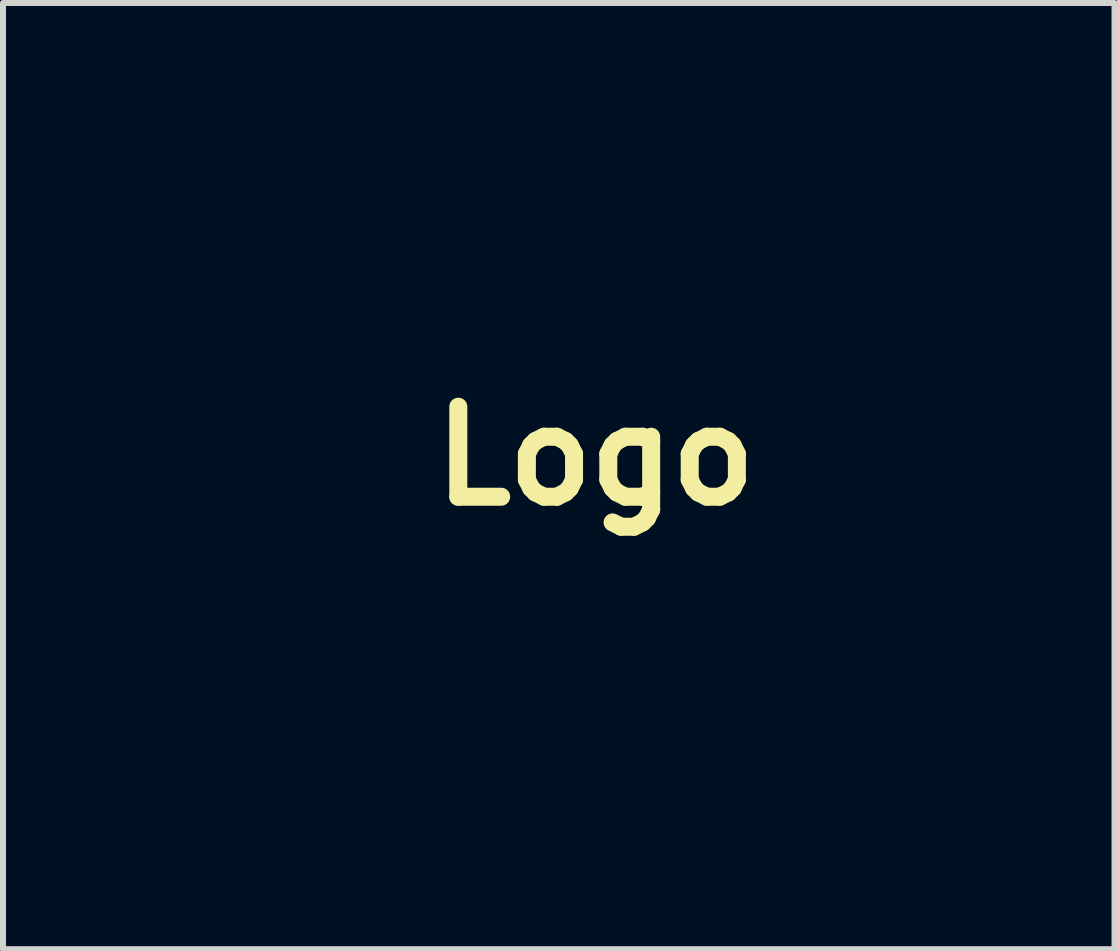
<source format=kicad_pcb>
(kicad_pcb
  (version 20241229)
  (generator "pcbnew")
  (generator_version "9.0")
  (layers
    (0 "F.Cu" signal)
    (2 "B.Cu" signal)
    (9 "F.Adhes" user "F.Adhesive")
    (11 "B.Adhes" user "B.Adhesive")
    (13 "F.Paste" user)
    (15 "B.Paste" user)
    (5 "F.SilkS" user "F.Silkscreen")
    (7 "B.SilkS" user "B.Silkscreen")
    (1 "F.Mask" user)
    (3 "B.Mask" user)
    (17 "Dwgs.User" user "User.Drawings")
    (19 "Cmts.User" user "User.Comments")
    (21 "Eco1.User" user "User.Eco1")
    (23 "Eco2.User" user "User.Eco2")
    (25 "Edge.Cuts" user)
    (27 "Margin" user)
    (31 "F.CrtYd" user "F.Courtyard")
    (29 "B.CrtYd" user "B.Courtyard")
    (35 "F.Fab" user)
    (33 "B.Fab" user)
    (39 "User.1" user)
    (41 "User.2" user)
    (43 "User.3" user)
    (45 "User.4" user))
  (footprint "Logo"
    (layer "F.Cu")
    (at 6.875 4.551)
    (property "Reference" "Logo" (at 0 0 0) (layer "F.SilkS") (effects (font (size 1.5 1.5) (thickness 0.3))))
    (attr board_only exclude_from_pos_files exclude_from_bom)
    (fp_poly (pts (xy -3.287 3.056) (xy -3.105 3.143) (xy -2.986 3.256) (xy -2.953 3.383) (xy -2.995 3.473) (xy -3.116 3.559) (xy -3.218 3.522) (xy -3.273 3.407) (xy -3.362 3.268) (xy -3.518 3.204) (xy -3.706 3.211) (xy -3.894 3.287) (xy -4.048 3.429) (xy -4.082 3.483) (xy -4.131 3.645) (xy -4.162 3.891) (xy -4.17 4.111) (xy -4.161 4.382) (xy -4.131 4.566) (xy -4.071 4.703) (xy -4.036 4.753) (xy -3.832 4.94) (xy -3.59 5.005) (xy -3.316 4.948) (xy -3.249 4.918) (xy -3.062 4.842) (xy -2.967 4.845) (xy -2.971 4.921) (xy -3.047 5.034) (xy -3.204 5.141) (xy -3.438 5.202) (xy -3.703 5.213) (xy -3.956 5.172) (xy -4.111 5.104) (xy -4.334 4.89) (xy -4.48 4.585) (xy -4.543 4.205) (xy -4.544 4.106) (xy -4.494 3.707) (xy -4.352 3.394) (xy -4.121 3.169) (xy -3.803 3.036) (xy -3.742 3.023) (xy -3.507 3.012)) (stroke (width 0) (type solid)) (fill yes) (layer "F.Mask"))
    (fp_poly (pts (xy -5.868 3.069) (xy -5.569 3.114) (xy -5.347 3.199) (xy -5.179 3.332) (xy -5.094 3.435) (xy -4.966 3.711) (xy -4.913 4.046) (xy -4.936 4.392) (xy -5.037 4.704) (xy -5.04 4.711) (xy -5.172 4.919) (xy -5.332 5.064) (xy -5.543 5.156) (xy -5.831 5.205) (xy -6.218 5.22) (xy -6.255 5.22) (xy -6.518 5.215) (xy -6.726 5.2) (xy -6.851 5.179) (xy -6.875 5.163) (xy -6.821 5.107) (xy -6.716 5.067) (xy -6.557 5.027) (xy -6.557 4.138) (xy -6.557 3.249) (xy -6.567 3.247) (xy -6.239 3.247) (xy -6.239 4.138) (xy -6.239 5.029) (xy -5.98 5.029) (xy -5.782 5.013) (xy -5.621 4.974) (xy -5.598 4.964) (xy -5.435 4.806) (xy -5.329 4.547) (xy -5.285 4.201) (xy -5.284 4.138) (xy -5.314 3.769) (xy -5.41 3.505) (xy -5.578 3.336) (xy -5.825 3.256) (xy -5.98 3.247) (xy -6.239 3.247) (xy -6.567 3.247) (xy -6.716 3.209) (xy -6.854 3.161) (xy -6.872 3.119) (xy -6.777 3.086) (xy -6.578 3.064) (xy -6.28 3.056) (xy -6.268 3.056)) (stroke (width 0) (type solid)) (fill yes) (layer "F.Mask"))
    (fp_poly (pts (xy -1.66 3.057) (xy -1.444 3.063) (xy -1.311 3.078) (xy -1.237 3.106) (xy -1.202 3.151) (xy -1.186 3.199) (xy -1.156 3.399) (xy -1.178 3.53) (xy -1.239 3.575) (xy -1.322 3.52) (xy -1.389 3.406) (xy -1.45 3.309) (xy -1.543 3.262) (xy -1.711 3.247) (xy -1.781 3.247) (xy -2.101 3.247) (xy -2.101 3.66) (xy -2.101 4.074) (xy -1.751 4.074) (xy -1.559 4.085) (xy -1.432 4.112) (xy -1.401 4.138) (xy -1.458 4.173) (xy -1.607 4.196) (xy -1.754 4.202) (xy -2.107 4.202) (xy -2.088 4.631) (xy -2.074 4.861) (xy -2.05 4.993) (xy -2.006 5.056) (xy -1.931 5.08) (xy -1.926 5.081) (xy -1.814 5.12) (xy -1.782 5.161) (xy -1.841 5.189) (xy -1.996 5.21) (xy -2.215 5.22) (xy -2.26 5.22) (xy -2.488 5.213) (xy -2.657 5.195) (xy -2.735 5.169) (xy -2.737 5.164) (xy -2.684 5.104) (xy -2.61 5.074) (xy -2.56 5.054) (xy -2.525 5.009) (xy -2.502 4.92) (xy -2.49 4.767) (xy -2.484 4.529) (xy -2.483 4.186) (xy -2.483 4.138) (xy -2.484 3.781) (xy -2.489 3.532) (xy -2.5 3.37) (xy -2.522 3.275) (xy -2.555 3.226) (xy -2.603 3.203) (xy -2.61 3.201) (xy -2.732 3.156) (xy -2.734 3.117) (xy -2.622 3.087) (xy -2.402 3.066) (xy -2.081 3.056) (xy -1.981 3.056)) (stroke (width 0) (type solid)) (fill yes) (layer "F.Mask"))
    (fp_poly (pts (xy 5.475 -4.484) (xy 5.493 -4.313) (xy 5.516 -4.063) (xy 5.541 -3.756) (xy 5.567 -3.417) (xy 5.592 -3.067) (xy 5.615 -2.732) (xy 5.634 -2.434) (xy 5.646 -2.198) (xy 5.652 -2.045) (xy 5.649 -1.999) (xy 5.601 -2.034) (xy 5.492 -2.146) (xy 5.343 -2.313) (xy 5.282 -2.384) (xy 5.12 -2.566) (xy 4.989 -2.7) (xy 4.909 -2.764) (xy 4.897 -2.766) (xy 4.866 -2.704) (xy 4.791 -2.536) (xy 4.677 -2.271) (xy 4.529 -1.922) (xy 4.351 -1.5) (xy 4.148 -1.015) (xy 3.925 -0.478) (xy 3.686 0.099) (xy 3.592 0.326) (xy 3.27 1.103) (xy 2.993 1.764) (xy 2.759 2.31) (xy 2.568 2.745) (xy 2.419 3.071) (xy 2.31 3.289) (xy 2.241 3.403) (xy 2.22 3.421) (xy 2.147 3.498) (xy 2.043 3.699) (xy 1.909 4.023) (xy 1.798 4.319) (xy 1.668 4.669) (xy 1.568 4.916) (xy 1.49 5.076) (xy 1.424 5.166) (xy 1.363 5.205) (xy 1.346 5.209) (xy 1.238 5.204) (xy 1.21 5.177) (xy 1.231 5.102) (xy 1.291 4.93) (xy 1.38 4.683) (xy 1.491 4.384) (xy 1.553 4.217) (xy 1.897 3.31) (xy 1.459 3.31) (xy 1.227 3.313) (xy 1.092 3.33) (xy 1.022 3.369) (xy 0.988 3.442) (xy 0.981 3.469) (xy 0.929 3.602) (xy 0.879 3.617) (xy 0.841 3.524) (xy 0.828 3.344) (xy 0.828 3.06) (xy 1.506 3.042) (xy 2.185 3.024) (xy 3.383 0.127) (xy 3.621 -0.447) (xy 3.844 -0.988) (xy 4.048 -1.482) (xy 4.228 -1.918) (xy 4.379 -2.284) (xy 4.497 -2.57) (xy 4.577 -2.762) (xy 4.613 -2.85) (xy 4.614 -2.854) (xy 4.607 -2.892) (xy 4.535 -2.912) (xy 4.379 -2.913) (xy 4.12 -2.898) (xy 4.058 -2.894) (xy 3.469 -2.85) (xy 3.724 -3.073) (xy 4.216 -3.502) (xy 4.618 -3.852) (xy 4.935 -4.125) (xy 5.173 -4.327) (xy 5.337 -4.463) (xy 5.432 -4.535) (xy 5.463 -4.551)) (stroke (width 0) (type solid)) (fill yes) (layer "F.Mask"))
    (fp_poly (pts (xy 2.943 -4.476) (xy 2.978 -4.305) (xy 3.024 -4.055) (xy 3.077 -3.751) (xy 3.134 -3.415) (xy 3.19 -3.071) (xy 3.242 -2.742) (xy 3.286 -2.451) (xy 3.318 -2.222) (xy 3.334 -2.079) (xy 3.334 -2.041) (xy 3.28 -2.069) (xy 3.159 -2.17) (xy 2.994 -2.323) (xy 2.928 -2.387) (xy 2.753 -2.555) (xy 2.613 -2.676) (xy 2.532 -2.733) (xy 2.522 -2.734) (xy 2.5 -2.671) (xy 2.445 -2.501) (xy 2.361 -2.238) (xy 2.254 -1.895) (xy 2.126 -1.487) (xy 1.982 -1.028) (xy 1.828 -0.531) (xy 1.667 -0.012) (xy 1.503 0.516) (xy 1.341 1.039) (xy 1.186 1.542) (xy 1.041 2.012) (xy 0.912 2.434) (xy 0.802 2.795) (xy 0.716 3.079) (xy 0.663 3.256) (xy 0.58 3.362) (xy 0.523 3.39) (xy 0.455 3.457) (xy 0.362 3.632) (xy 0.242 3.92) (xy 0.095 4.319) (xy -0.03 4.669) (xy -0.125 4.916) (xy -0.198 5.077) (xy -0.258 5.169) (xy -0.314 5.211) (xy -0.366 5.22) (xy -0.478 5.211) (xy -0.509 5.196) (xy -0.488 5.129) (xy -0.433 4.975) (xy -0.355 4.764) (xy -0.344 4.734) (xy -0.235 4.446) (xy -0.109 4.11) (xy 0.005 3.804) (xy 0.188 3.31) (xy -0.226 3.31) (xy -0.452 3.314) (xy -0.583 3.334) (xy -0.655 3.38) (xy -0.698 3.464) (xy -0.7 3.469) (xy -0.773 3.602) (xy -0.836 3.614) (xy -0.878 3.512) (xy -0.891 3.342) (xy -0.891 3.056) (xy -0.225 3.056) (xy 0.441 3.056) (xy 0.531 2.753) (xy 0.569 2.629) (xy 0.64 2.397) (xy 0.739 2.072) (xy 0.863 1.668) (xy 1.006 1.201) (xy 1.165 0.683) (xy 1.335 0.13) (xy 1.431 -0.18) (xy 1.6 -0.733) (xy 1.757 -1.248) (xy 1.897 -1.711) (xy 2.016 -2.111) (xy 2.111 -2.435) (xy 2.178 -2.67) (xy 2.214 -2.804) (xy 2.218 -2.831) (xy 2.15 -2.831) (xy 1.987 -2.811) (xy 1.762 -2.777) (xy 1.691 -2.764) (xy 1.453 -2.726) (xy 1.269 -2.703) (xy 1.17 -2.698) (xy 1.161 -2.701) (xy 1.194 -2.752) (xy 1.301 -2.877) (xy 1.465 -3.059) (xy 1.671 -3.281) (xy 1.902 -3.526) (xy 2.142 -3.778) (xy 2.376 -4.019) (xy 2.587 -4.233) (xy 2.759 -4.403) (xy 2.876 -4.513) (xy 2.923 -4.545)) (stroke (width 0) (type solid)) (fill yes) (layer "F.Mask")))
  (gr_rect
    (start -3 -3)
    (end 15.527 12.771)
    (stroke (width 0.1) (type default))
    (fill no)
    (layer "Edge.Cuts")))
</source>
